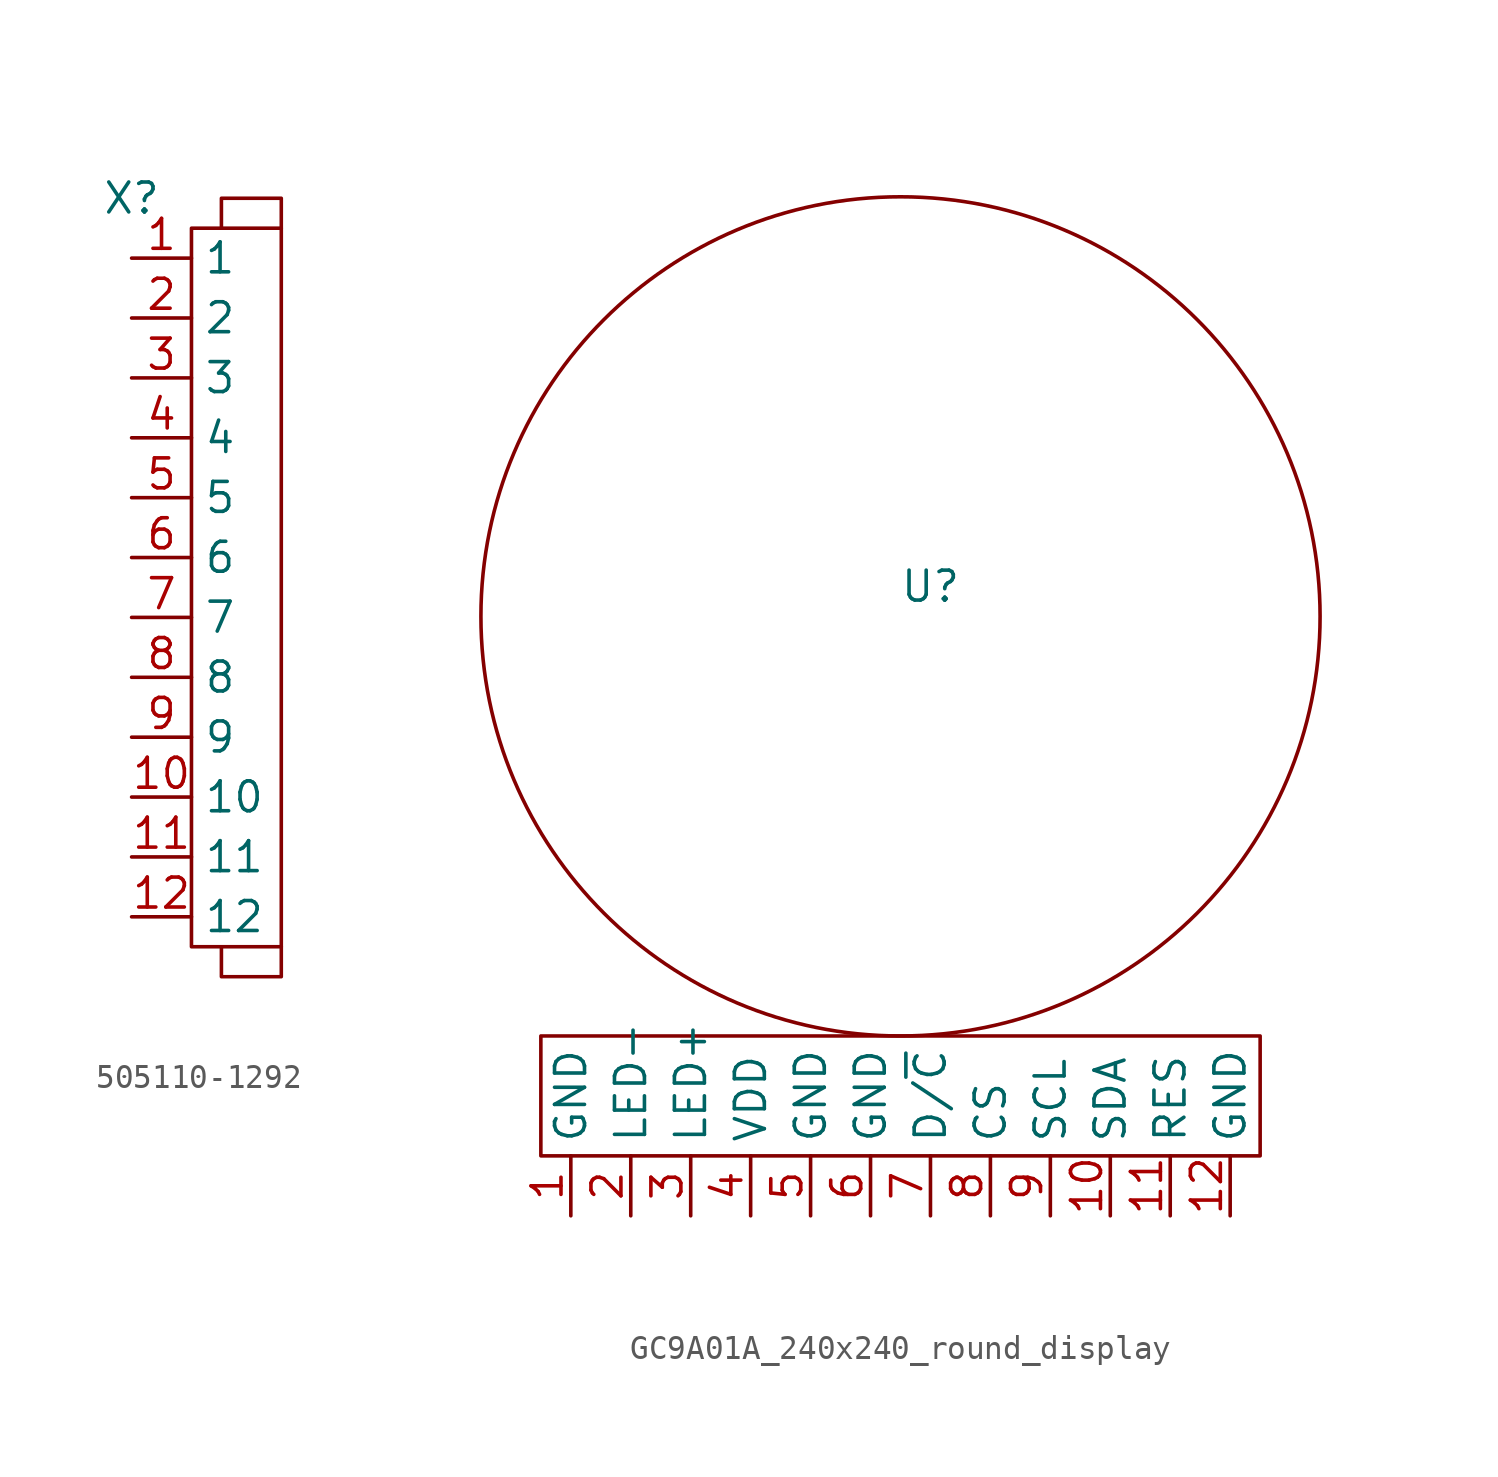
<source format=kicad_sym>
(kicad_symbol_lib
  (version 20220914)
  (generator kicad_symbol_editor)
  (symbol "505110-1292"
    (property "Reference" "X"
      (at 0 0 0)
      (effects (font (size 1.27 1.27))))
    (property "Value" ""
      (at 0 0 0)
      (effects (font (size 1.27 1.27))))
    (symbol "505110-1292_0_1"
      (polyline (pts (xy 6.35 -31.75) (xy 6.35 -33.02) (xy 3.81 -33.02) (xy 3.81 -31.75)) (stroke (width 0) (type default)) (fill (type none)))
      (polyline (pts (xy 6.35 -1.27) (xy 6.35 0) (xy 3.81 0) (xy 3.81 -1.27)) (stroke (width 0) (type default)) (fill (type none)))
      (polyline (pts (xy 2.54 -1.27) (xy 2.54 -31.75) (xy 6.35 -31.75) (xy 6.35 -1.27) (xy 2.54 -1.27)) (stroke (width 0) (type default)) (fill (type none))))
    (symbol "505110-1292_1_1"
      (pin bidirectional line (at 0 -2.54 0) (length 2.54) (name "1" (effects (font (size 1.27 1.27)))) (number "1" (effects (font (size 1.27 1.27)))))
      (pin bidirectional line (at 0 -25.4 0) (length 2.54) (name "10" (effects (font (size 1.27 1.27)))) (number "10" (effects (font (size 1.27 1.27)))))
      (pin bidirectional line (at 0 -27.94 0) (length 2.54) (name "11" (effects (font (size 1.27 1.27)))) (number "11" (effects (font (size 1.27 1.27)))))
      (pin bidirectional line (at 0 -30.48 0) (length 2.54) (name "12" (effects (font (size 1.27 1.27)))) (number "12" (effects (font (size 1.27 1.27)))))
      (pin bidirectional line (at 0 -5.08 0) (length 2.54) (name "2" (effects (font (size 1.27 1.27)))) (number "2" (effects (font (size 1.27 1.27)))))
      (pin bidirectional line (at 0 -7.62 0) (length 2.54) (name "3" (effects (font (size 1.27 1.27)))) (number "3" (effects (font (size 1.27 1.27)))))
      (pin bidirectional line (at 0 -10.16 0) (length 2.54) (name "4" (effects (font (size 1.27 1.27)))) (number "4" (effects (font (size 1.27 1.27)))))
      (pin bidirectional line (at 0 -12.7 0) (length 2.54) (name "5" (effects (font (size 1.27 1.27)))) (number "5" (effects (font (size 1.27 1.27)))))
      (pin bidirectional line (at 0 -15.24 0) (length 2.54) (name "6" (effects (font (size 1.27 1.27)))) (number "6" (effects (font (size 1.27 1.27)))))
      (pin bidirectional line (at 0 -17.78 0) (length 2.54) (name "7" (effects (font (size 1.27 1.27)))) (number "7" (effects (font (size 1.27 1.27)))))
      (pin bidirectional line (at 0 -20.32 0) (length 2.54) (name "8" (effects (font (size 1.27 1.27)))) (number "8" (effects (font (size 1.27 1.27)))))
      (pin bidirectional line (at 0 -22.86 0) (length 2.54) (name "9" (effects (font (size 1.27 1.27)))) (number "9" (effects (font (size 1.27 1.27)))))))
  (symbol "GC9A01A_240x240_round_display"
    (property "Reference" "U"
      (at 1.27 1.27 0)
      (effects (font (size 1.27 1.27))))
    (property "Value" ""
      (at 0 0 0)
      (effects (font (size 1.27 1.27))))
    (symbol "GC9A01A_240x240_round_display_0_1"
      (circle (center 0 0) (radius 17.78) (stroke (width 0) (type default)) (fill (type none)))
      (rectangle (start 15.24 -22.86) (end -15.24 -17.78) (stroke (width 0) (type default)) (fill (type none))))
    (symbol "GC9A01A_240x240_round_display_1_1"
      (pin bidirectional line (at -13.97 -25.4 90) (length 2.54) (name "GND" (effects (font (size 1.27 1.27)))) (number "1" (effects (font (size 1.27 1.27)))))
      (pin bidirectional line (at 8.89 -25.4 90) (length 2.54) (name "SDA" (effects (font (size 1.27 1.27)))) (number "10" (effects (font (size 1.27 1.27)))))
      (pin bidirectional line (at 11.43 -25.4 90) (length 2.54) (name "RES" (effects (font (size 1.27 1.27)))) (number "11" (effects (font (size 1.27 1.27)))))
      (pin bidirectional line (at 13.97 -25.4 90) (length 2.54) (name "GND" (effects (font (size 1.27 1.27)))) (number "12" (effects (font (size 1.27 1.27)))))
      (pin bidirectional line (at -11.43 -25.4 90) (length 2.54) (name "LED-" (effects (font (size 1.27 1.27)))) (number "2" (effects (font (size 1.27 1.27)))))
      (pin bidirectional line (at -8.89 -25.4 90) (length 2.54) (name "LED+" (effects (font (size 1.27 1.27)))) (number "3" (effects (font (size 1.27 1.27)))))
      (pin bidirectional line (at -6.35 -25.4 90) (length 2.54) (name "VDD" (effects (font (size 1.27 1.27)))) (number "4" (effects (font (size 1.27 1.27)))))
      (pin bidirectional line (at -3.81 -25.4 90) (length 2.54) (name "GND" (effects (font (size 1.27 1.27)))) (number "5" (effects (font (size 1.27 1.27)))))
      (pin bidirectional line (at -1.27 -25.4 90) (length 2.54) (name "GND" (effects (font (size 1.27 1.27)))) (number "6" (effects (font (size 1.27 1.27)))))
      (pin bidirectional line (at 1.27 -25.4 90) (length 2.54) (name "D/~{C}" (effects (font (size 1.27 1.27)))) (number "7" (effects (font (size 1.27 1.27)))))
      (pin bidirectional line (at 3.81 -25.4 90) (length 2.54) (name "CS" (effects (font (size 1.27 1.27)))) (number "8" (effects (font (size 1.27 1.27)))))
      (pin bidirectional line (at 6.35 -25.4 90) (length 2.54) (name "SCL" (effects (font (size 1.27 1.27)))) (number "9" (effects (font (size 1.27 1.27))))))))
</source>
